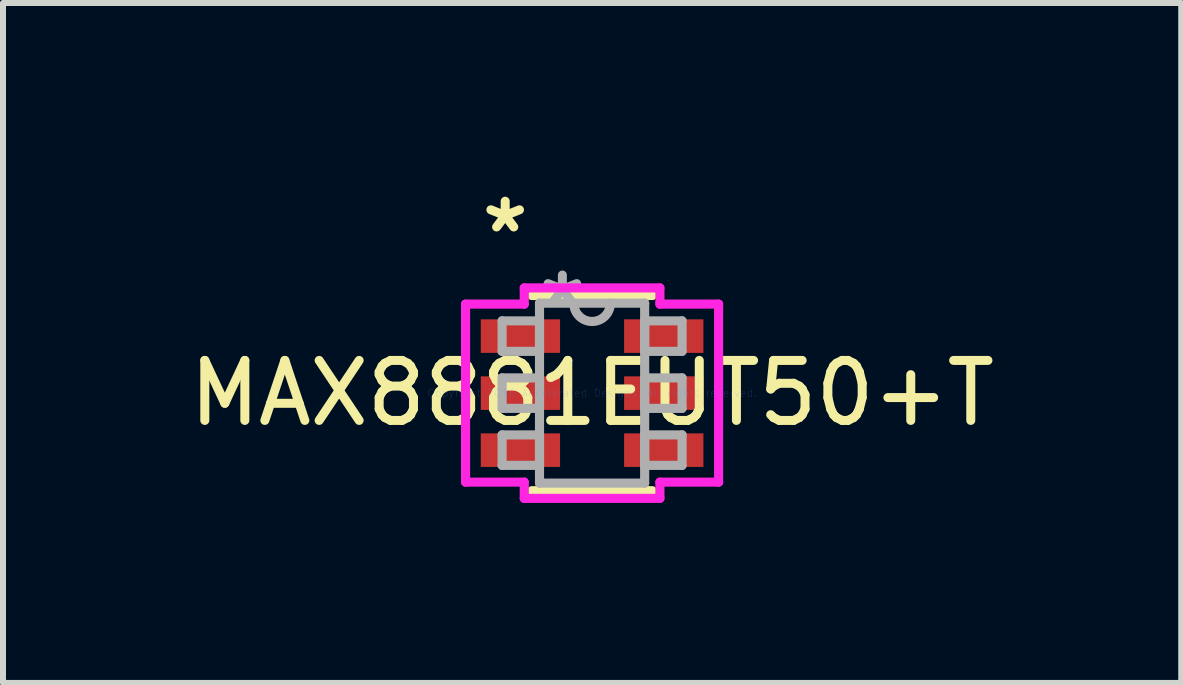
<source format=kicad_pcb>
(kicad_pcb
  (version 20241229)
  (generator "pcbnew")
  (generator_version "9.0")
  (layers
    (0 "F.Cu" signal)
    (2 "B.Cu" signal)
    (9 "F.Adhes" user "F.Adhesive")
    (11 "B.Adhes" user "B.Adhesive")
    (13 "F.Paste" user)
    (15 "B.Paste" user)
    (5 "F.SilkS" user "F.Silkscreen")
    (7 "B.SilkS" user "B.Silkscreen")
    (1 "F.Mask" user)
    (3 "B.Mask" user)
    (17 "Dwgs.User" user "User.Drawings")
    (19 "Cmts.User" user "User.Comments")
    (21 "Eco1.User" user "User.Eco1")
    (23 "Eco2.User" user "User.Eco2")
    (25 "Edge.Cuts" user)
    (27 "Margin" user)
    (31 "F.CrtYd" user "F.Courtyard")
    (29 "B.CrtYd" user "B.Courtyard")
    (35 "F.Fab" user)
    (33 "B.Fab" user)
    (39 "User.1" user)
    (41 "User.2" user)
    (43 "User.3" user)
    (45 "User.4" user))
  (footprint "MAX8881EUT50+T"
    (layer "F.Cu")
    (at 6.815 3.5)
    (property "Reference" "MAX8881EUT50+T" (at 0 0 0) (layer "F.SilkS") (effects (font (size 1 1) (thickness 0.15))))
    (attr through_hole)
    (fp_line (start -1.003 1.626) (end 1.003 1.626) (stroke (width 0.152) (type solid)) (layer "F.SilkS"))
    (fp_line (start 1.003 -1.626) (end -1.003 -1.626) (stroke (width 0.152) (type solid)) (layer "F.SilkS"))
    (fp_line (start -2.108 -1.483) (end -1.13 -1.483) (stroke (width 0.152) (type solid)) (layer "F.CrtYd"))
    (fp_line (start -2.108 1.483) (end -2.108 -1.483) (stroke (width 0.152) (type solid)) (layer "F.CrtYd"))
    (fp_line (start -1.13 -1.753) (end 1.13 -1.753) (stroke (width 0.152) (type solid)) (layer "F.CrtYd"))
    (fp_line (start -1.13 -1.483) (end -1.13 -1.753) (stroke (width 0.152) (type solid)) (layer "F.CrtYd"))
    (fp_line (start -1.13 1.483) (end -2.108 1.483) (stroke (width 0.152) (type solid)) (layer "F.CrtYd"))
    (fp_line (start -1.13 1.753) (end -1.13 1.483) (stroke (width 0.152) (type solid)) (layer "F.CrtYd"))
    (fp_line (start 1.13 -1.753) (end 1.13 -1.483) (stroke (width 0.152) (type solid)) (layer "F.CrtYd"))
    (fp_line (start 1.13 -1.483) (end 2.108 -1.483) (stroke (width 0.152) (type solid)) (layer "F.CrtYd"))
    (fp_line (start 1.13 1.483) (end 1.13 1.753) (stroke (width 0.152) (type solid)) (layer "F.CrtYd"))
    (fp_line (start 1.13 1.753) (end -1.13 1.753) (stroke (width 0.152) (type solid)) (layer "F.CrtYd"))
    (fp_line (start 2.108 -1.483) (end 2.108 1.483) (stroke (width 0.152) (type solid)) (layer "F.CrtYd"))
    (fp_line (start 2.108 1.483) (end 1.13 1.483) (stroke (width 0.152) (type solid)) (layer "F.CrtYd"))
    (fp_line (start -1.499 -1.204) (end -1.499 -0.696) (stroke (width 0.152) (type solid)) (layer "F.Fab"))
    (fp_line (start -1.499 -0.696) (end -0.876 -0.696) (stroke (width 0.152) (type solid)) (layer "F.Fab"))
    (fp_line (start -1.499 -0.254) (end -1.499 0.254) (stroke (width 0.152) (type solid)) (layer "F.Fab"))
    (fp_line (start -1.499 0.254) (end -0.876 0.254) (stroke (width 0.152) (type solid)) (layer "F.Fab"))
    (fp_line (start -1.499 0.696) (end -1.499 1.204) (stroke (width 0.152) (type solid)) (layer "F.Fab"))
    (fp_line (start -1.499 1.204) (end -0.876 1.204) (stroke (width 0.152) (type solid)) (layer "F.Fab"))
    (fp_line (start -0.876 -1.499) (end -0.876 1.499) (stroke (width 0.152) (type solid)) (layer "F.Fab"))
    (fp_line (start -0.876 -1.204) (end -1.499 -1.204) (stroke (width 0.152) (type solid)) (layer "F.Fab"))
    (fp_line (start -0.876 -0.696) (end -0.876 -1.204) (stroke (width 0.152) (type solid)) (layer "F.Fab"))
    (fp_line (start -0.876 -0.254) (end -1.499 -0.254) (stroke (width 0.152) (type solid)) (layer "F.Fab"))
    (fp_line (start -0.876 0.254) (end -0.876 -0.254) (stroke (width 0.152) (type solid)) (layer "F.Fab"))
    (fp_line (start -0.876 0.696) (end -1.499 0.696) (stroke (width 0.152) (type solid)) (layer "F.Fab"))
    (fp_line (start -0.876 1.204) (end -0.876 0.696) (stroke (width 0.152) (type solid)) (layer "F.Fab"))
    (fp_line (start -0.876 1.499) (end 0.876 1.499) (stroke (width 0.152) (type solid)) (layer "F.Fab"))
    (fp_line (start 0.876 -1.499) (end -0.876 -1.499) (stroke (width 0.152) (type solid)) (layer "F.Fab"))
    (fp_line (start 0.876 -1.204) (end 0.876 -0.696) (stroke (width 0.152) (type solid)) (layer "F.Fab"))
    (fp_line (start 0.876 -0.696) (end 1.499 -0.696) (stroke (width 0.152) (type solid)) (layer "F.Fab"))
    (fp_line (start 0.876 -0.254) (end 0.876 0.254) (stroke (width 0.152) (type solid)) (layer "F.Fab"))
    (fp_line (start 0.876 0.254) (end 1.499 0.254) (stroke (width 0.152) (type solid)) (layer "F.Fab"))
    (fp_line (start 0.876 0.696) (end 0.876 1.204) (stroke (width 0.152) (type solid)) (layer "F.Fab"))
    (fp_line (start 0.876 1.204) (end 1.499 1.204) (stroke (width 0.152) (type solid)) (layer "F.Fab"))
    (fp_line (start 0.876 1.499) (end 0.876 -1.499) (stroke (width 0.152) (type solid)) (layer "F.Fab"))
    (fp_line (start 1.499 -1.204) (end 0.876 -1.204) (stroke (width 0.152) (type solid)) (layer "F.Fab"))
    (fp_line (start 1.499 -0.696) (end 1.499 -1.204) (stroke (width 0.152) (type solid)) (layer "F.Fab"))
    (fp_line (start 1.499 -0.254) (end 0.876 -0.254) (stroke (width 0.152) (type solid)) (layer "F.Fab"))
    (fp_line (start 1.499 0.254) (end 1.499 -0.254) (stroke (width 0.152) (type solid)) (layer "F.Fab"))
    (fp_line (start 1.499 0.696) (end 0.876 0.696) (stroke (width 0.152) (type solid)) (layer "F.Fab"))
    (fp_line (start 1.499 1.204) (end 1.499 0.696) (stroke (width 0.152) (type solid)) (layer "F.Fab"))
    (fp_arc (start 0.3048 -1.4986) (mid 0 -1.1938) (end -0.3048 -1.4986) (stroke (width 0.1524) (type solid)) (layer "F.Fab"))
    (fp_text user "*" (at -1.448 -2.652 0) (layer "F.SilkS") (effects (font (size 1 1) (thickness 0.15))))
    (fp_text user "Copyright 2016 Accelerated Designs. All rights reserved." (at 0 0 0) (layer "Cmts.User") (effects (font (size 0.127 0.127) (thickness 0.002))))
    (fp_text user "*" (at -0.495 -1.422 0) (layer "F.Fab") (effects (font (size 1 1) (thickness 0.15))))
    (pad "1" smd rect (at -1.194 -0.95) (size 1.321 0.559) (layers "F.Cu" "F.Mask" "F.Paste"))
    (pad "2" smd rect (at -1.194 0) (size 1.321 0.559) (layers "F.Cu" "F.Mask" "F.Paste"))
    (pad "3" smd rect (at -1.194 0.95) (size 1.321 0.559) (layers "F.Cu" "F.Mask" "F.Paste"))
    (pad "4" smd rect (at 1.194 0.95) (size 1.321 0.559) (layers "F.Cu" "F.Mask" "F.Paste"))
    (pad "5" smd rect (at 1.194 0) (size 1.321 0.559) (layers "F.Cu" "F.Mask" "F.Paste"))
    (pad "6" smd rect (at 1.194 -0.95) (size 1.321 0.559) (layers "F.Cu" "F.Mask" "F.Paste")))
  (gr_rect
    (start -3 -3)
    (end 16.631 8.329)
    (stroke (width 0.1) (type default))
    (fill no)
    (layer "Edge.Cuts")))
</source>
